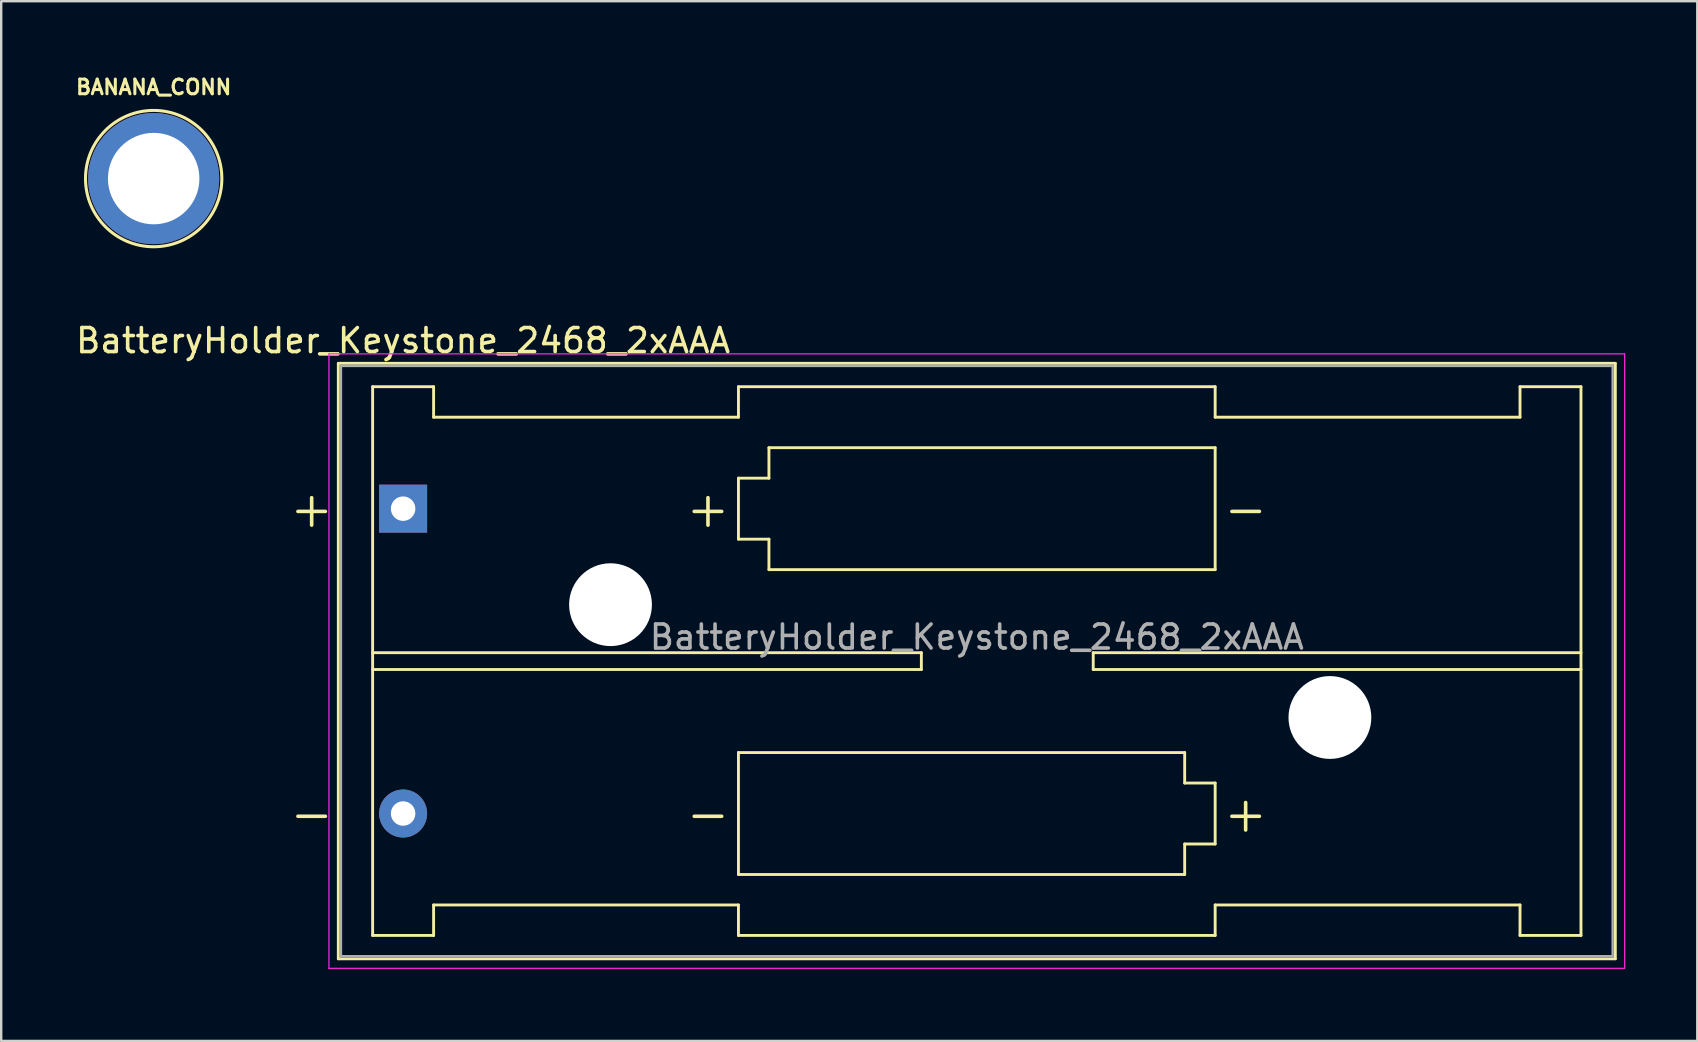
<source format=kicad_pcb>
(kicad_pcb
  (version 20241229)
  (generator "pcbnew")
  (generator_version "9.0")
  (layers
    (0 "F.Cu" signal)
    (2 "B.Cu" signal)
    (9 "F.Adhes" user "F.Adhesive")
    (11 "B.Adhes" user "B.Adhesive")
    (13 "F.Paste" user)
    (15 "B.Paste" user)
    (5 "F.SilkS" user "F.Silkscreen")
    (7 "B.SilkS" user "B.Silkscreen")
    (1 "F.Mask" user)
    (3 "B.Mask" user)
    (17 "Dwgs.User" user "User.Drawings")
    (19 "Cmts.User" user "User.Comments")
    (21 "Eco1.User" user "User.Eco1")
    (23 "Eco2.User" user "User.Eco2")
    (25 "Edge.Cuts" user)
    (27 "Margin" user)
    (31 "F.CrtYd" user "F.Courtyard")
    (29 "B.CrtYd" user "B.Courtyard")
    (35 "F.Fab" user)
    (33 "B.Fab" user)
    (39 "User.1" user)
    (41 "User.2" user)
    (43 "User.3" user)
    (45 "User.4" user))
  (footprint "BatteryHolder_Keystone_2468_2xAAA"
    (layer "F.Cu")
    (at 13.744 18.141)
    (property "Reference" "BatteryHolder_Keystone_2468_2xAAA" (at 0 -7 0) (layer "F.SilkS") (effects (font (size 1 1) (thickness 0.15))))
    (attr through_hole)
    (fp_line (start -2.7 -6.05) (end -2.7 18.75) (stroke (width 0.12) (type solid)) (layer "F.SilkS"))
    (fp_line (start -2.7 18.755) (end 50.5 18.755) (stroke (width 0.12) (type solid)) (layer "F.SilkS"))
    (fp_line (start -1.27 -5.08) (end -1.27 17.78) (stroke (width 0.12) (type solid)) (layer "F.SilkS"))
    (fp_line (start -1.27 6) (end 21.59 6) (stroke (width 0.12) (type solid)) (layer "F.SilkS"))
    (fp_line (start -1.27 17.78) (end 1.27 17.78) (stroke (width 0.12) (type solid)) (layer "F.SilkS"))
    (fp_line (start 1.27 -5.08) (end -1.27 -5.08) (stroke (width 0.12) (type solid)) (layer "F.SilkS"))
    (fp_line (start 1.27 -3.81) (end 1.27 -5.08) (stroke (width 0.12) (type solid)) (layer "F.SilkS"))
    (fp_line (start 1.27 -3.81) (end 13.97 -3.81) (stroke (width 0.12) (type solid)) (layer "F.SilkS"))
    (fp_line (start 1.27 16.51) (end 13.97 16.51) (stroke (width 0.12) (type solid)) (layer "F.SilkS"))
    (fp_line (start 1.27 17.78) (end 1.27 16.51) (stroke (width 0.12) (type solid)) (layer "F.SilkS"))
    (fp_line (start 13.97 -5.08) (end 13.97 -3.81) (stroke (width 0.12) (type solid)) (layer "F.SilkS"))
    (fp_line (start 13.97 -1.27) (end 15.24 -1.27) (stroke (width 0.12) (type solid)) (layer "F.SilkS"))
    (fp_line (start 13.97 1.27) (end 13.97 -1.27) (stroke (width 0.12) (type solid)) (layer "F.SilkS"))
    (fp_line (start 13.97 10.16) (end 32.56 10.16) (stroke (width 0.12) (type solid)) (layer "F.SilkS"))
    (fp_line (start 13.97 15.24) (end 13.97 10.16) (stroke (width 0.12) (type solid)) (layer "F.SilkS"))
    (fp_line (start 13.97 16.51) (end 13.97 17.78) (stroke (width 0.12) (type solid)) (layer "F.SilkS"))
    (fp_line (start 13.97 17.78) (end 33.83 17.78) (stroke (width 0.12) (type solid)) (layer "F.SilkS"))
    (fp_line (start 15.24 -2.54) (end 33.83 -2.54) (stroke (width 0.12) (type solid)) (layer "F.SilkS"))
    (fp_line (start 15.24 -1.27) (end 15.24 -2.54) (stroke (width 0.12) (type solid)) (layer "F.SilkS"))
    (fp_line (start 15.24 1.27) (end 13.97 1.27) (stroke (width 0.12) (type solid)) (layer "F.SilkS"))
    (fp_line (start 15.24 2.54) (end 15.24 1.27) (stroke (width 0.12) (type solid)) (layer "F.SilkS"))
    (fp_line (start 21.59 6) (end 21.59 6.7) (stroke (width 0.12) (type solid)) (layer "F.SilkS"))
    (fp_line (start 21.59 6.7) (end -1.27 6.7) (stroke (width 0.12) (type solid)) (layer "F.SilkS"))
    (fp_line (start 28.75 6) (end 28.75 6.7) (stroke (width 0.12) (type solid)) (layer "F.SilkS"))
    (fp_line (start 28.75 6.7) (end 49.07 6.7) (stroke (width 0.12) (type solid)) (layer "F.SilkS"))
    (fp_line (start 32.56 10.16) (end 32.56 11.43) (stroke (width 0.12) (type solid)) (layer "F.SilkS"))
    (fp_line (start 32.56 11.43) (end 33.83 11.43) (stroke (width 0.12) (type solid)) (layer "F.SilkS"))
    (fp_line (start 32.56 13.97) (end 32.56 15.24) (stroke (width 0.12) (type solid)) (layer "F.SilkS"))
    (fp_line (start 32.56 15.24) (end 13.97 15.24) (stroke (width 0.12) (type solid)) (layer "F.SilkS"))
    (fp_line (start 33.83 -5.08) (end 13.97 -5.08) (stroke (width 0.12) (type solid)) (layer "F.SilkS"))
    (fp_line (start 33.83 -3.81) (end 33.83 -5.08) (stroke (width 0.12) (type solid)) (layer "F.SilkS"))
    (fp_line (start 33.83 -2.54) (end 33.83 2.54) (stroke (width 0.12) (type solid)) (layer "F.SilkS"))
    (fp_line (start 33.83 2.54) (end 15.24 2.54) (stroke (width 0.12) (type solid)) (layer "F.SilkS"))
    (fp_line (start 33.83 11.43) (end 33.83 13.97) (stroke (width 0.12) (type solid)) (layer "F.SilkS"))
    (fp_line (start 33.83 13.97) (end 32.56 13.97) (stroke (width 0.12) (type solid)) (layer "F.SilkS"))
    (fp_line (start 33.83 17.78) (end 33.83 16.51) (stroke (width 0.12) (type solid)) (layer "F.SilkS"))
    (fp_line (start 46.53 -5.08) (end 46.53 -3.81) (stroke (width 0.12) (type solid)) (layer "F.SilkS"))
    (fp_line (start 46.53 -3.81) (end 33.83 -3.81) (stroke (width 0.12) (type solid)) (layer "F.SilkS"))
    (fp_line (start 46.53 16.51) (end 33.83 16.51) (stroke (width 0.12) (type solid)) (layer "F.SilkS"))
    (fp_line (start 46.53 17.78) (end 46.53 16.51) (stroke (width 0.12) (type solid)) (layer "F.SilkS"))
    (fp_line (start 49.07 -5.08) (end 46.53 -5.08) (stroke (width 0.12) (type solid)) (layer "F.SilkS"))
    (fp_line (start 49.07 -5.08) (end 49.07 17.78) (stroke (width 0.12) (type solid)) (layer "F.SilkS"))
    (fp_line (start 49.07 6) (end 28.75 6) (stroke (width 0.12) (type solid)) (layer "F.SilkS"))
    (fp_line (start 49.07 17.78) (end 46.53 17.78) (stroke (width 0.12) (type solid)) (layer "F.SilkS"))
    (fp_line (start 50.5 -6.055) (end -2.7 -6.055) (stroke (width 0.12) (type solid)) (layer "F.SilkS"))
    (fp_line (start 50.5 18.75) (end 50.5 -6.05) (stroke (width 0.12) (type solid)) (layer "F.SilkS"))
    (fp_line (start -3.09 -6.45) (end -3.09 19.15) (stroke (width 0.05) (type solid)) (layer "F.CrtYd"))
    (fp_line (start -3.09 19.15) (end 50.89 19.15) (stroke (width 0.05) (type solid)) (layer "F.CrtYd"))
    (fp_line (start 50.89 -6.45) (end -3.09 -6.45) (stroke (width 0.05) (type solid)) (layer "F.CrtYd"))
    (fp_line (start 50.89 19.15) (end 50.89 -6.45) (stroke (width 0.05) (type solid)) (layer "F.CrtYd"))
    (fp_line (start -2.59 -5.945) (end 50.39 -5.945) (stroke (width 0.1) (type solid)) (layer "F.Fab"))
    (fp_line (start -2.59 18.645) (end -2.59 -5.945) (stroke (width 0.1) (type solid)) (layer "F.Fab"))
    (fp_line (start -2.59 18.645) (end 50.39 18.645) (stroke (width 0.1) (type solid)) (layer "F.Fab"))
    (fp_line (start 50.39 18.645) (end 50.39 -5.945) (stroke (width 0.1) (type solid)) (layer "F.Fab"))
    (fp_text user "+" (at -3.81 0 0) (layer "F.SilkS") (effects (font (size 1.5 1.5) (thickness 0.15))))
    (fp_text user "-" (at 12.7 12.7 0) (layer "F.SilkS") (effects (font (size 1.5 1.5) (thickness 0.15))))
    (fp_text user "+" (at 12.7 0 0) (layer "F.SilkS") (effects (font (size 1.5 1.5) (thickness 0.15))))
    (fp_text user "-" (at -3.81 12.7 0) (layer "F.SilkS") (effects (font (size 1.5 1.5) (thickness 0.15))))
    (fp_text user "+" (at 35.1 12.7 0) (layer "F.SilkS") (effects (font (size 1.5 1.5) (thickness 0.15))))
    (fp_text user "-" (at 35.1 0 0) (layer "F.SilkS") (effects (font (size 1.5 1.5) (thickness 0.15))))
    (fp_text user "${REFERENCE}" (at 23.9 5.35 0) (layer "F.Fab") (effects (font (size 1 1) (thickness 0.15))))
    (pad "" np_thru_hole circle (at 8.64 4) (size 3.45 3.45) (drill 3.45) (layers "*.Cu" "*.Mask"))
    (pad "" np_thru_hole circle (at 38.61 8.7) (size 3.45 3.45) (drill 3.45) (layers "*.Cu" "*.Mask"))
    (pad "1" thru_hole rect (at 0 0) (size 2 2) (drill 1.02) (layers "*.Cu" "*.Mask"))
    (pad "2" thru_hole circle (at 0 12.7) (size 2 2) (drill 1.02) (layers "*.Cu" "*.Mask")))
  (footprint "BANANA_CONN"
    (layer "F.Cu")
    (at 3.352 4.39)
    (property "Reference" "BANANA_CONN" (at 0 -3.81 0) (layer "F.SilkS") (effects (font (size 0.61 0.61) (thickness 0.127))))
    (attr exclude_from_pos_files exclude_from_bom)
    (fp_circle (center 0 0) (end 0 -2.84) (stroke (width 0.127) (type solid)) (fill no) (layer "F.SilkS"))
    (pad "1" thru_hole circle (at 0 0) (size 5.461 5.461) (drill 3.81) (layers "*.Cu" "*.Mask")))
  (gr_rect
    (start -3 -3)
    (end 67.659 40.316)
    (stroke (width 0.1) (type default))
    (fill no)
    (layer "Edge.Cuts")))
</source>
